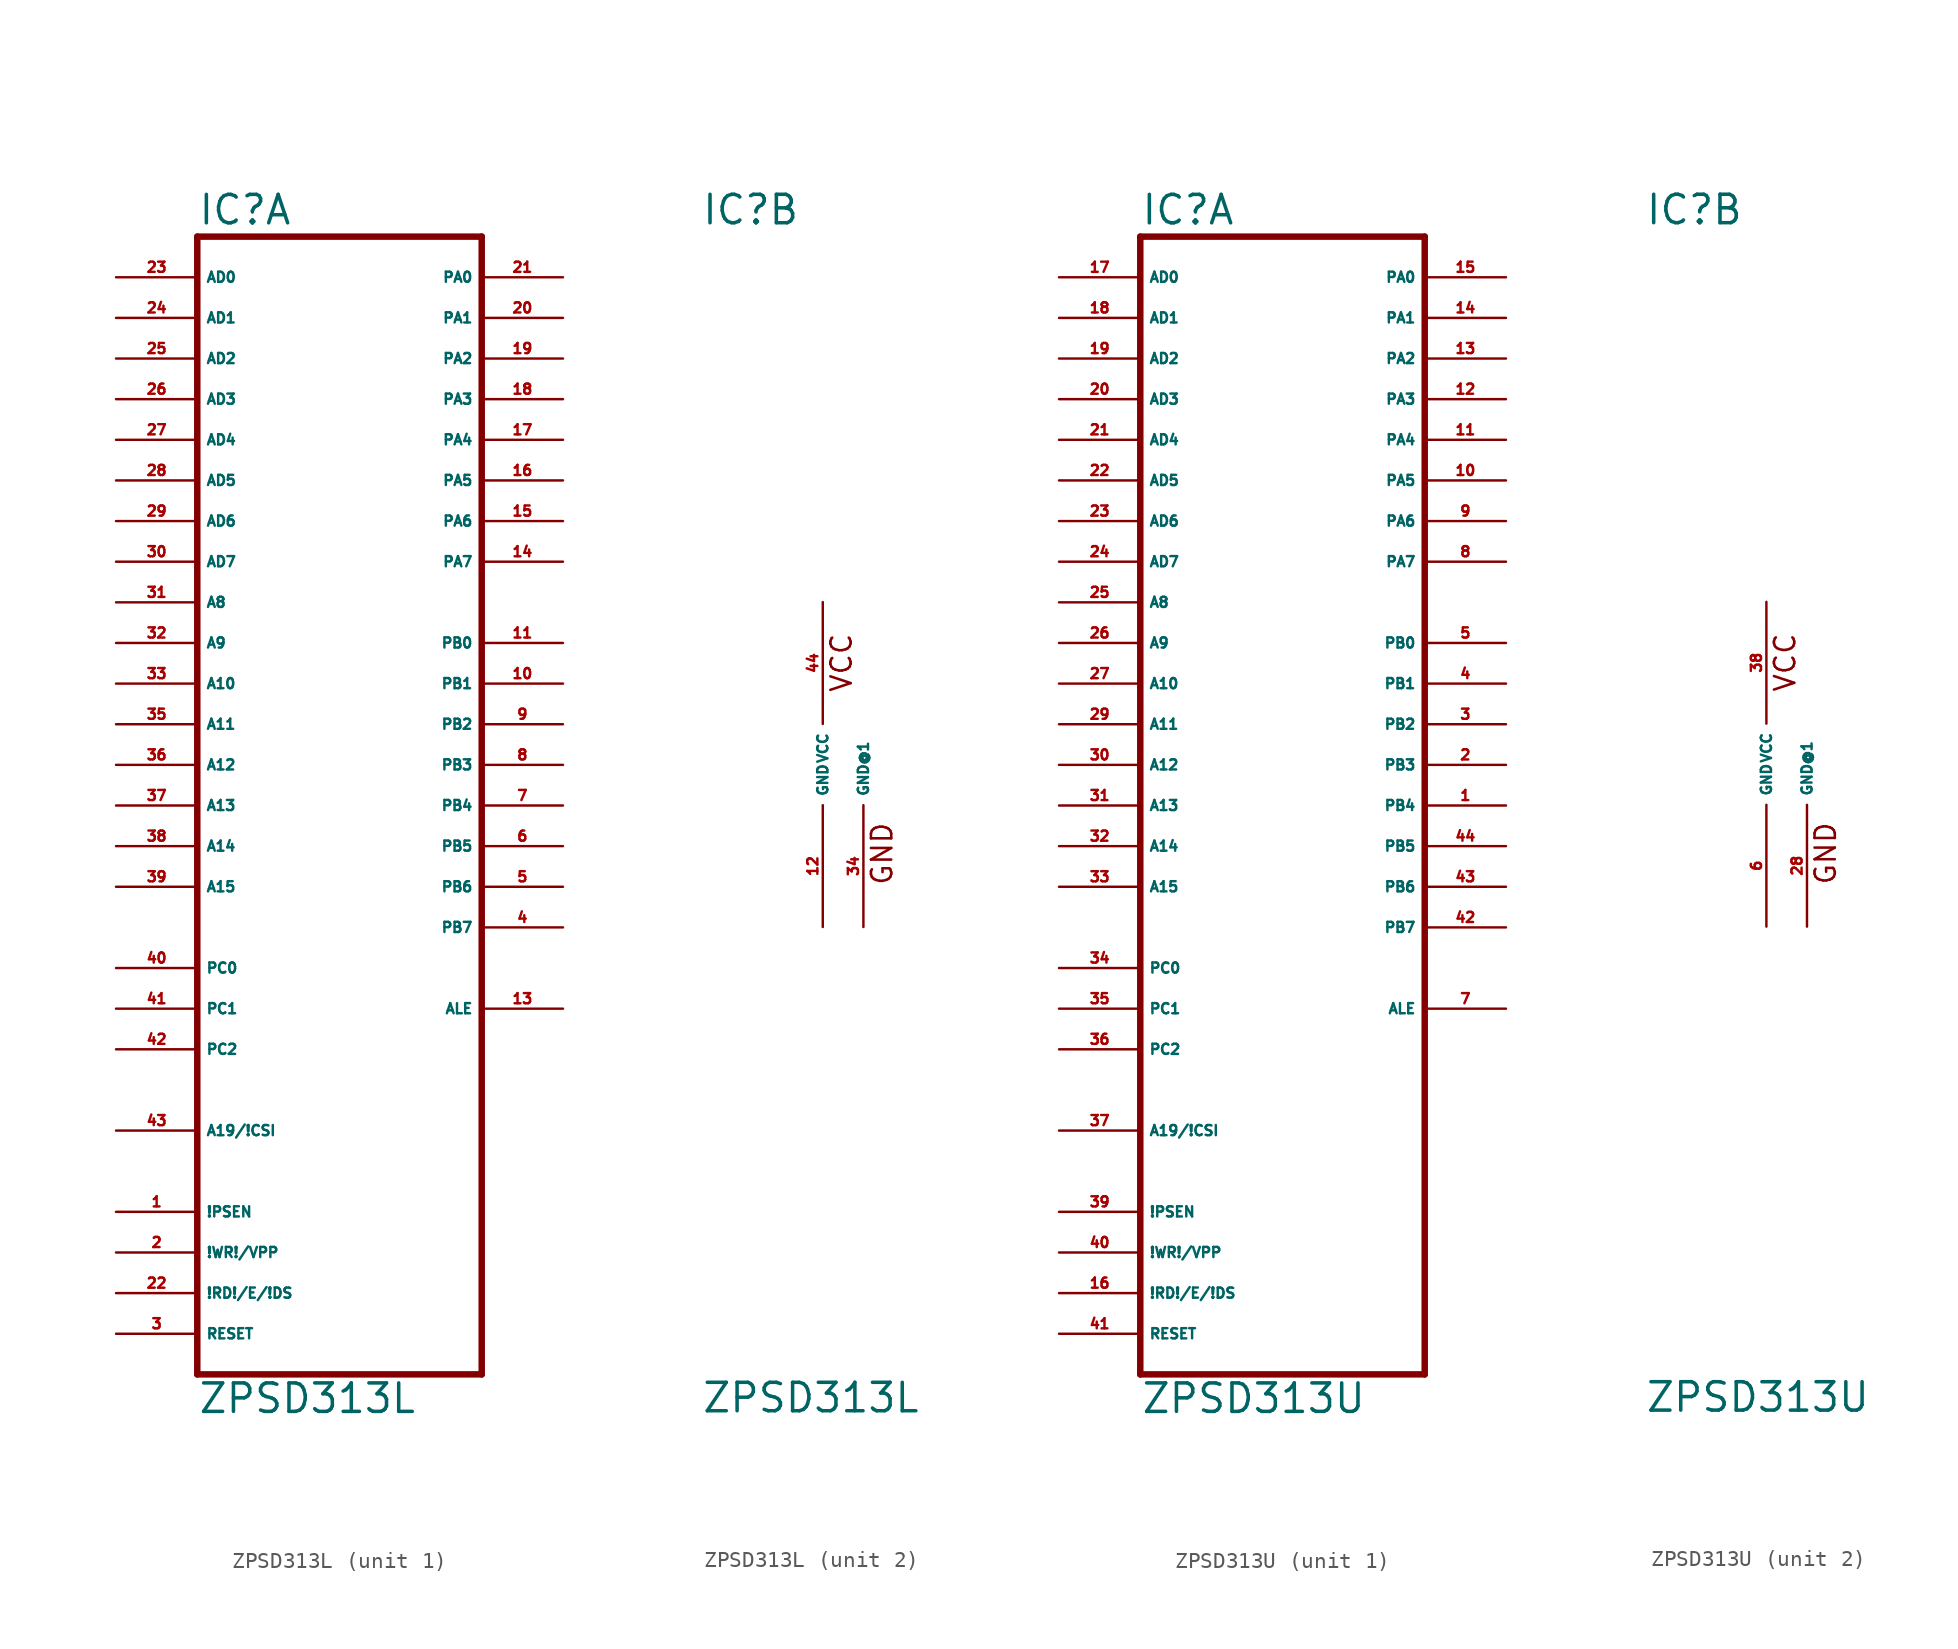
<source format=kicad_sym>
(kicad_symbol_lib
  (version 20220914)
  (generator Eagle2Kicad)
  (symbol "ZPSD313L"
    (property "Reference" "IC"
      (at -7.62 33.655 0)
      (effects (font (size 1.778 1.778) (thickness 0.22)) (justify left bottom)))
    (property "Value" "ZPSD313L"
      (at -7.62 -40.64 0)
      (effects (font (size 1.778 1.778) (thickness 0.22)) (justify left bottom)))
    (symbol "ZPSD313L_1_0"
      (polyline (pts (xy -7.62 -38.1) (xy 10.16 -38.1)) (stroke (width 0.406) (type default)) (fill (type none)))
      (polyline (pts (xy 10.16 -38.1) (xy 10.16 33.02)) (stroke (width 0.406) (type default)) (fill (type none)))
      (polyline (pts (xy 10.16 33.02) (xy -7.62 33.02)) (stroke (width 0.406) (type default)) (fill (type none)))
      (polyline (pts (xy -7.62 33.02) (xy -7.62 -38.1)) (stroke (width 0.406) (type default)) (fill (type none)))
      (pin input line (at -12.7 30.48 0) (length 5.08) (name "AD0" (effects (font (size 0.635 0.635) (thickness 0.08)) (justify left bottom))) (number "23" (effects (font (size 0.635 0.635) (thickness 0.08)) (justify left bottom))))
      (pin input line (at -12.7 27.94 0) (length 5.08) (name "AD1" (effects (font (size 0.635 0.635) (thickness 0.08)) (justify left bottom))) (number "24" (effects (font (size 0.635 0.635) (thickness 0.08)) (justify left bottom))))
      (pin input line (at -12.7 25.4 0) (length 5.08) (name "AD2" (effects (font (size 0.635 0.635) (thickness 0.08)) (justify left bottom))) (number "25" (effects (font (size 0.635 0.635) (thickness 0.08)) (justify left bottom))))
      (pin input line (at -12.7 22.86 0) (length 5.08) (name "AD3" (effects (font (size 0.635 0.635) (thickness 0.08)) (justify left bottom))) (number "26" (effects (font (size 0.635 0.635) (thickness 0.08)) (justify left bottom))))
      (pin input line (at -12.7 20.32 0) (length 5.08) (name "AD4" (effects (font (size 0.635 0.635) (thickness 0.08)) (justify left bottom))) (number "27" (effects (font (size 0.635 0.635) (thickness 0.08)) (justify left bottom))))
      (pin input line (at -12.7 17.78 0) (length 5.08) (name "AD5" (effects (font (size 0.635 0.635) (thickness 0.08)) (justify left bottom))) (number "28" (effects (font (size 0.635 0.635) (thickness 0.08)) (justify left bottom))))
      (pin input line (at -12.7 15.24 0) (length 5.08) (name "AD6" (effects (font (size 0.635 0.635) (thickness 0.08)) (justify left bottom))) (number "29" (effects (font (size 0.635 0.635) (thickness 0.08)) (justify left bottom))))
      (pin input line (at -12.7 12.7 0) (length 5.08) (name "AD7" (effects (font (size 0.635 0.635) (thickness 0.08)) (justify left bottom))) (number "30" (effects (font (size 0.635 0.635) (thickness 0.08)) (justify left bottom))))
      (pin input line (at -12.7 10.16 0) (length 5.08) (name "A8" (effects (font (size 0.635 0.635) (thickness 0.08)) (justify left bottom))) (number "31" (effects (font (size 0.635 0.635) (thickness 0.08)) (justify left bottom))))
      (pin input line (at -12.7 7.62 0) (length 5.08) (name "A9" (effects (font (size 0.635 0.635) (thickness 0.08)) (justify left bottom))) (number "32" (effects (font (size 0.635 0.635) (thickness 0.08)) (justify left bottom))))
      (pin input line (at -12.7 5.08 0) (length 5.08) (name "A10" (effects (font (size 0.635 0.635) (thickness 0.08)) (justify left bottom))) (number "33" (effects (font (size 0.635 0.635) (thickness 0.08)) (justify left bottom))))
      (pin input line (at -12.7 2.54 0) (length 5.08) (name "A11" (effects (font (size 0.635 0.635) (thickness 0.08)) (justify left bottom))) (number "35" (effects (font (size 0.635 0.635) (thickness 0.08)) (justify left bottom))))
      (pin input line (at -12.7 0 0) (length 5.08) (name "A12" (effects (font (size 0.635 0.635) (thickness 0.08)) (justify left bottom))) (number "36" (effects (font (size 0.635 0.635) (thickness 0.08)) (justify left bottom))))
      (pin input line (at -12.7 -2.54 0) (length 5.08) (name "A13" (effects (font (size 0.635 0.635) (thickness 0.08)) (justify left bottom))) (number "37" (effects (font (size 0.635 0.635) (thickness 0.08)) (justify left bottom))))
      (pin input line (at -12.7 -5.08 0) (length 5.08) (name "A14" (effects (font (size 0.635 0.635) (thickness 0.08)) (justify left bottom))) (number "38" (effects (font (size 0.635 0.635) (thickness 0.08)) (justify left bottom))))
      (pin input line (at -12.7 -7.62 0) (length 5.08) (name "A15" (effects (font (size 0.635 0.635) (thickness 0.08)) (justify left bottom))) (number "39" (effects (font (size 0.635 0.635) (thickness 0.08)) (justify left bottom))))
      (pin input line (at -12.7 -12.7 0) (length 5.08) (name "PC0" (effects (font (size 0.635 0.635) (thickness 0.08)) (justify left bottom))) (number "40" (effects (font (size 0.635 0.635) (thickness 0.08)) (justify left bottom))))
      (pin input line (at -12.7 -15.24 0) (length 5.08) (name "PC1" (effects (font (size 0.635 0.635) (thickness 0.08)) (justify left bottom))) (number "41" (effects (font (size 0.635 0.635) (thickness 0.08)) (justify left bottom))))
      (pin input line (at -12.7 -17.78 0) (length 5.08) (name "PC2" (effects (font (size 0.635 0.635) (thickness 0.08)) (justify left bottom))) (number "42" (effects (font (size 0.635 0.635) (thickness 0.08)) (justify left bottom))))
      (pin input line (at -12.7 -22.86 0) (length 5.08) (name "A19/!CSI" (effects (font (size 0.635 0.635) (thickness 0.08)) (justify left bottom))) (number "43" (effects (font (size 0.635 0.635) (thickness 0.08)) (justify left bottom))))
      (pin bidirectional line (at 15.24 30.48 180) (length 5.08) (name "PA0" (effects (font (size 0.635 0.635) (thickness 0.08)) (justify left bottom))) (number "21" (effects (font (size 0.635 0.635) (thickness 0.08)) (justify left bottom))))
      (pin bidirectional line (at 15.24 27.94 180) (length 5.08) (name "PA1" (effects (font (size 0.635 0.635) (thickness 0.08)) (justify left bottom))) (number "20" (effects (font (size 0.635 0.635) (thickness 0.08)) (justify left bottom))))
      (pin bidirectional line (at 15.24 25.4 180) (length 5.08) (name "PA2" (effects (font (size 0.635 0.635) (thickness 0.08)) (justify left bottom))) (number "19" (effects (font (size 0.635 0.635) (thickness 0.08)) (justify left bottom))))
      (pin bidirectional line (at 15.24 22.86 180) (length 5.08) (name "PA3" (effects (font (size 0.635 0.635) (thickness 0.08)) (justify left bottom))) (number "18" (effects (font (size 0.635 0.635) (thickness 0.08)) (justify left bottom))))
      (pin bidirectional line (at 15.24 20.32 180) (length 5.08) (name "PA4" (effects (font (size 0.635 0.635) (thickness 0.08)) (justify left bottom))) (number "17" (effects (font (size 0.635 0.635) (thickness 0.08)) (justify left bottom))))
      (pin bidirectional line (at 15.24 17.78 180) (length 5.08) (name "PA5" (effects (font (size 0.635 0.635) (thickness 0.08)) (justify left bottom))) (number "16" (effects (font (size 0.635 0.635) (thickness 0.08)) (justify left bottom))))
      (pin bidirectional line (at 15.24 15.24 180) (length 5.08) (name "PA6" (effects (font (size 0.635 0.635) (thickness 0.08)) (justify left bottom))) (number "15" (effects (font (size 0.635 0.635) (thickness 0.08)) (justify left bottom))))
      (pin bidirectional line (at 15.24 12.7 180) (length 5.08) (name "PA7" (effects (font (size 0.635 0.635) (thickness 0.08)) (justify left bottom))) (number "14" (effects (font (size 0.635 0.635) (thickness 0.08)) (justify left bottom))))
      (pin output line (at 15.24 7.62 180) (length 5.08) (name "PB0" (effects (font (size 0.635 0.635) (thickness 0.08)) (justify left bottom))) (number "11" (effects (font (size 0.635 0.635) (thickness 0.08)) (justify left bottom))))
      (pin output line (at 15.24 5.08 180) (length 5.08) (name "PB1" (effects (font (size 0.635 0.635) (thickness 0.08)) (justify left bottom))) (number "10" (effects (font (size 0.635 0.635) (thickness 0.08)) (justify left bottom))))
      (pin output line (at 15.24 2.54 180) (length 5.08) (name "PB2" (effects (font (size 0.635 0.635) (thickness 0.08)) (justify left bottom))) (number "9" (effects (font (size 0.635 0.635) (thickness 0.08)) (justify left bottom))))
      (pin output line (at 15.24 0 180) (length 5.08) (name "PB3" (effects (font (size 0.635 0.635) (thickness 0.08)) (justify left bottom))) (number "8" (effects (font (size 0.635 0.635) (thickness 0.08)) (justify left bottom))))
      (pin output line (at 15.24 -2.54 180) (length 5.08) (name "PB4" (effects (font (size 0.635 0.635) (thickness 0.08)) (justify left bottom))) (number "7" (effects (font (size 0.635 0.635) (thickness 0.08)) (justify left bottom))))
      (pin output line (at 15.24 -5.08 180) (length 5.08) (name "PB5" (effects (font (size 0.635 0.635) (thickness 0.08)) (justify left bottom))) (number "6" (effects (font (size 0.635 0.635) (thickness 0.08)) (justify left bottom))))
      (pin output line (at 15.24 -7.62 180) (length 5.08) (name "PB6" (effects (font (size 0.635 0.635) (thickness 0.08)) (justify left bottom))) (number "5" (effects (font (size 0.635 0.635) (thickness 0.08)) (justify left bottom))))
      (pin output line (at 15.24 -10.16 180) (length 5.08) (name "PB7" (effects (font (size 0.635 0.635) (thickness 0.08)) (justify left bottom))) (number "4" (effects (font (size 0.635 0.635) (thickness 0.08)) (justify left bottom))))
      (pin output line (at 15.24 -15.24 180) (length 5.08) (name "ALE" (effects (font (size 0.635 0.635) (thickness 0.08)) (justify left bottom))) (number "13" (effects (font (size 0.635 0.635) (thickness 0.08)) (justify left bottom))))
      (pin input line (at -12.7 -27.94 0) (length 5.08) (name "!PSEN" (effects (font (size 0.635 0.635) (thickness 0.08)) (justify left bottom))) (number "1" (effects (font (size 0.635 0.635) (thickness 0.08)) (justify left bottom))))
      (pin input line (at -12.7 -30.48 0) (length 5.08) (name "!WR!/VPP" (effects (font (size 0.635 0.635) (thickness 0.08)) (justify left bottom))) (number "2" (effects (font (size 0.635 0.635) (thickness 0.08)) (justify left bottom))))
      (pin input line (at -12.7 -33.02 0) (length 5.08) (name "!RD!/E/!DS" (effects (font (size 0.635 0.635) (thickness 0.08)) (justify left bottom))) (number "22" (effects (font (size 0.635 0.635) (thickness 0.08)) (justify left bottom))))
      (pin input line (at -12.7 -35.56 0) (length 5.08) (name "RESET" (effects (font (size 0.635 0.635) (thickness 0.08)) (justify left bottom))) (number "3" (effects (font (size 0.635 0.635) (thickness 0.08)) (justify left bottom)))))
    (symbol "ZPSD313L_2_0"
      (text "VCC" (at 1.905 4.445 900) (effects (font (size 1.27 1.27) (thickness 0.16)) (justify left bottom)))
      (text "GND" (at 4.445 -7.62 900) (effects (font (size 1.27 1.27) (thickness 0.16)) (justify left bottom)))
      (pin unspecified line (at 0 10.16 270) (length 7.62) (name "VCC" (effects (font (size 0.635 0.635) (thickness 0.08)) (justify left bottom))) (number "44" (effects (font (size 0.635 0.635) (thickness 0.08)) (justify left bottom))))
      (pin unspecified line (at 0 -10.16 90) (length 7.62) (name "GND" (effects (font (size 0.635 0.635) (thickness 0.08)) (justify left bottom))) (number "12" (effects (font (size 0.635 0.635) (thickness 0.08)) (justify left bottom))))
      (pin unspecified line (at 2.54 -10.16 90) (length 7.62) (name "GND@1" (effects (font (size 0.635 0.635) (thickness 0.08)) (justify left bottom))) (number "34" (effects (font (size 0.635 0.635) (thickness 0.08)) (justify left bottom))))))
  (symbol "ZPSD313U"
    (property "Reference" "IC"
      (at -7.62 33.655 0)
      (effects (font (size 1.778 1.778) (thickness 0.22)) (justify left bottom)))
    (property "Value" "ZPSD313U"
      (at -7.62 -40.64 0)
      (effects (font (size 1.778 1.778) (thickness 0.22)) (justify left bottom)))
    (symbol "ZPSD313U_1_0"
      (polyline (pts (xy -7.62 -38.1) (xy 10.16 -38.1)) (stroke (width 0.406) (type default)) (fill (type none)))
      (polyline (pts (xy 10.16 -38.1) (xy 10.16 33.02)) (stroke (width 0.406) (type default)) (fill (type none)))
      (polyline (pts (xy 10.16 33.02) (xy -7.62 33.02)) (stroke (width 0.406) (type default)) (fill (type none)))
      (polyline (pts (xy -7.62 33.02) (xy -7.62 -38.1)) (stroke (width 0.406) (type default)) (fill (type none)))
      (pin input line (at -12.7 30.48 0) (length 5.08) (name "AD0" (effects (font (size 0.635 0.635) (thickness 0.08)) (justify left bottom))) (number "17" (effects (font (size 0.635 0.635) (thickness 0.08)) (justify left bottom))))
      (pin input line (at -12.7 27.94 0) (length 5.08) (name "AD1" (effects (font (size 0.635 0.635) (thickness 0.08)) (justify left bottom))) (number "18" (effects (font (size 0.635 0.635) (thickness 0.08)) (justify left bottom))))
      (pin input line (at -12.7 25.4 0) (length 5.08) (name "AD2" (effects (font (size 0.635 0.635) (thickness 0.08)) (justify left bottom))) (number "19" (effects (font (size 0.635 0.635) (thickness 0.08)) (justify left bottom))))
      (pin input line (at -12.7 22.86 0) (length 5.08) (name "AD3" (effects (font (size 0.635 0.635) (thickness 0.08)) (justify left bottom))) (number "20" (effects (font (size 0.635 0.635) (thickness 0.08)) (justify left bottom))))
      (pin input line (at -12.7 20.32 0) (length 5.08) (name "AD4" (effects (font (size 0.635 0.635) (thickness 0.08)) (justify left bottom))) (number "21" (effects (font (size 0.635 0.635) (thickness 0.08)) (justify left bottom))))
      (pin input line (at -12.7 17.78 0) (length 5.08) (name "AD5" (effects (font (size 0.635 0.635) (thickness 0.08)) (justify left bottom))) (number "22" (effects (font (size 0.635 0.635) (thickness 0.08)) (justify left bottom))))
      (pin input line (at -12.7 15.24 0) (length 5.08) (name "AD6" (effects (font (size 0.635 0.635) (thickness 0.08)) (justify left bottom))) (number "23" (effects (font (size 0.635 0.635) (thickness 0.08)) (justify left bottom))))
      (pin input line (at -12.7 12.7 0) (length 5.08) (name "AD7" (effects (font (size 0.635 0.635) (thickness 0.08)) (justify left bottom))) (number "24" (effects (font (size 0.635 0.635) (thickness 0.08)) (justify left bottom))))
      (pin input line (at -12.7 10.16 0) (length 5.08) (name "A8" (effects (font (size 0.635 0.635) (thickness 0.08)) (justify left bottom))) (number "25" (effects (font (size 0.635 0.635) (thickness 0.08)) (justify left bottom))))
      (pin input line (at -12.7 7.62 0) (length 5.08) (name "A9" (effects (font (size 0.635 0.635) (thickness 0.08)) (justify left bottom))) (number "26" (effects (font (size 0.635 0.635) (thickness 0.08)) (justify left bottom))))
      (pin input line (at -12.7 5.08 0) (length 5.08) (name "A10" (effects (font (size 0.635 0.635) (thickness 0.08)) (justify left bottom))) (number "27" (effects (font (size 0.635 0.635) (thickness 0.08)) (justify left bottom))))
      (pin input line (at -12.7 2.54 0) (length 5.08) (name "A11" (effects (font (size 0.635 0.635) (thickness 0.08)) (justify left bottom))) (number "29" (effects (font (size 0.635 0.635) (thickness 0.08)) (justify left bottom))))
      (pin input line (at -12.7 0 0) (length 5.08) (name "A12" (effects (font (size 0.635 0.635) (thickness 0.08)) (justify left bottom))) (number "30" (effects (font (size 0.635 0.635) (thickness 0.08)) (justify left bottom))))
      (pin input line (at -12.7 -2.54 0) (length 5.08) (name "A13" (effects (font (size 0.635 0.635) (thickness 0.08)) (justify left bottom))) (number "31" (effects (font (size 0.635 0.635) (thickness 0.08)) (justify left bottom))))
      (pin input line (at -12.7 -5.08 0) (length 5.08) (name "A14" (effects (font (size 0.635 0.635) (thickness 0.08)) (justify left bottom))) (number "32" (effects (font (size 0.635 0.635) (thickness 0.08)) (justify left bottom))))
      (pin input line (at -12.7 -7.62 0) (length 5.08) (name "A15" (effects (font (size 0.635 0.635) (thickness 0.08)) (justify left bottom))) (number "33" (effects (font (size 0.635 0.635) (thickness 0.08)) (justify left bottom))))
      (pin input line (at -12.7 -12.7 0) (length 5.08) (name "PC0" (effects (font (size 0.635 0.635) (thickness 0.08)) (justify left bottom))) (number "34" (effects (font (size 0.635 0.635) (thickness 0.08)) (justify left bottom))))
      (pin input line (at -12.7 -15.24 0) (length 5.08) (name "PC1" (effects (font (size 0.635 0.635) (thickness 0.08)) (justify left bottom))) (number "35" (effects (font (size 0.635 0.635) (thickness 0.08)) (justify left bottom))))
      (pin input line (at -12.7 -17.78 0) (length 5.08) (name "PC2" (effects (font (size 0.635 0.635) (thickness 0.08)) (justify left bottom))) (number "36" (effects (font (size 0.635 0.635) (thickness 0.08)) (justify left bottom))))
      (pin input line (at -12.7 -22.86 0) (length 5.08) (name "A19/!CSI" (effects (font (size 0.635 0.635) (thickness 0.08)) (justify left bottom))) (number "37" (effects (font (size 0.635 0.635) (thickness 0.08)) (justify left bottom))))
      (pin bidirectional line (at 15.24 30.48 180) (length 5.08) (name "PA0" (effects (font (size 0.635 0.635) (thickness 0.08)) (justify left bottom))) (number "15" (effects (font (size 0.635 0.635) (thickness 0.08)) (justify left bottom))))
      (pin bidirectional line (at 15.24 27.94 180) (length 5.08) (name "PA1" (effects (font (size 0.635 0.635) (thickness 0.08)) (justify left bottom))) (number "14" (effects (font (size 0.635 0.635) (thickness 0.08)) (justify left bottom))))
      (pin bidirectional line (at 15.24 25.4 180) (length 5.08) (name "PA2" (effects (font (size 0.635 0.635) (thickness 0.08)) (justify left bottom))) (number "13" (effects (font (size 0.635 0.635) (thickness 0.08)) (justify left bottom))))
      (pin bidirectional line (at 15.24 22.86 180) (length 5.08) (name "PA3" (effects (font (size 0.635 0.635) (thickness 0.08)) (justify left bottom))) (number "12" (effects (font (size 0.635 0.635) (thickness 0.08)) (justify left bottom))))
      (pin bidirectional line (at 15.24 20.32 180) (length 5.08) (name "PA4" (effects (font (size 0.635 0.635) (thickness 0.08)) (justify left bottom))) (number "11" (effects (font (size 0.635 0.635) (thickness 0.08)) (justify left bottom))))
      (pin bidirectional line (at 15.24 17.78 180) (length 5.08) (name "PA5" (effects (font (size 0.635 0.635) (thickness 0.08)) (justify left bottom))) (number "10" (effects (font (size 0.635 0.635) (thickness 0.08)) (justify left bottom))))
      (pin bidirectional line (at 15.24 15.24 180) (length 5.08) (name "PA6" (effects (font (size 0.635 0.635) (thickness 0.08)) (justify left bottom))) (number "9" (effects (font (size 0.635 0.635) (thickness 0.08)) (justify left bottom))))
      (pin bidirectional line (at 15.24 12.7 180) (length 5.08) (name "PA7" (effects (font (size 0.635 0.635) (thickness 0.08)) (justify left bottom))) (number "8" (effects (font (size 0.635 0.635) (thickness 0.08)) (justify left bottom))))
      (pin output line (at 15.24 7.62 180) (length 5.08) (name "PB0" (effects (font (size 0.635 0.635) (thickness 0.08)) (justify left bottom))) (number "5" (effects (font (size 0.635 0.635) (thickness 0.08)) (justify left bottom))))
      (pin output line (at 15.24 5.08 180) (length 5.08) (name "PB1" (effects (font (size 0.635 0.635) (thickness 0.08)) (justify left bottom))) (number "4" (effects (font (size 0.635 0.635) (thickness 0.08)) (justify left bottom))))
      (pin output line (at 15.24 2.54 180) (length 5.08) (name "PB2" (effects (font (size 0.635 0.635) (thickness 0.08)) (justify left bottom))) (number "3" (effects (font (size 0.635 0.635) (thickness 0.08)) (justify left bottom))))
      (pin output line (at 15.24 0 180) (length 5.08) (name "PB3" (effects (font (size 0.635 0.635) (thickness 0.08)) (justify left bottom))) (number "2" (effects (font (size 0.635 0.635) (thickness 0.08)) (justify left bottom))))
      (pin output line (at 15.24 -2.54 180) (length 5.08) (name "PB4" (effects (font (size 0.635 0.635) (thickness 0.08)) (justify left bottom))) (number "1" (effects (font (size 0.635 0.635) (thickness 0.08)) (justify left bottom))))
      (pin output line (at 15.24 -5.08 180) (length 5.08) (name "PB5" (effects (font (size 0.635 0.635) (thickness 0.08)) (justify left bottom))) (number "44" (effects (font (size 0.635 0.635) (thickness 0.08)) (justify left bottom))))
      (pin output line (at 15.24 -7.62 180) (length 5.08) (name "PB6" (effects (font (size 0.635 0.635) (thickness 0.08)) (justify left bottom))) (number "43" (effects (font (size 0.635 0.635) (thickness 0.08)) (justify left bottom))))
      (pin output line (at 15.24 -10.16 180) (length 5.08) (name "PB7" (effects (font (size 0.635 0.635) (thickness 0.08)) (justify left bottom))) (number "42" (effects (font (size 0.635 0.635) (thickness 0.08)) (justify left bottom))))
      (pin output line (at 15.24 -15.24 180) (length 5.08) (name "ALE" (effects (font (size 0.635 0.635) (thickness 0.08)) (justify left bottom))) (number "7" (effects (font (size 0.635 0.635) (thickness 0.08)) (justify left bottom))))
      (pin input line (at -12.7 -27.94 0) (length 5.08) (name "!PSEN" (effects (font (size 0.635 0.635) (thickness 0.08)) (justify left bottom))) (number "39" (effects (font (size 0.635 0.635) (thickness 0.08)) (justify left bottom))))
      (pin input line (at -12.7 -30.48 0) (length 5.08) (name "!WR!/VPP" (effects (font (size 0.635 0.635) (thickness 0.08)) (justify left bottom))) (number "40" (effects (font (size 0.635 0.635) (thickness 0.08)) (justify left bottom))))
      (pin input line (at -12.7 -33.02 0) (length 5.08) (name "!RD!/E/!DS" (effects (font (size 0.635 0.635) (thickness 0.08)) (justify left bottom))) (number "16" (effects (font (size 0.635 0.635) (thickness 0.08)) (justify left bottom))))
      (pin input line (at -12.7 -35.56 0) (length 5.08) (name "RESET" (effects (font (size 0.635 0.635) (thickness 0.08)) (justify left bottom))) (number "41" (effects (font (size 0.635 0.635) (thickness 0.08)) (justify left bottom)))))
    (symbol "ZPSD313U_2_0"
      (text "VCC" (at 1.905 4.445 900) (effects (font (size 1.27 1.27) (thickness 0.16)) (justify left bottom)))
      (text "GND" (at 4.445 -7.62 900) (effects (font (size 1.27 1.27) (thickness 0.16)) (justify left bottom)))
      (pin unspecified line (at 0 10.16 270) (length 7.62) (name "VCC" (effects (font (size 0.635 0.635) (thickness 0.08)) (justify left bottom))) (number "38" (effects (font (size 0.635 0.635) (thickness 0.08)) (justify left bottom))))
      (pin unspecified line (at 0 -10.16 90) (length 7.62) (name "GND" (effects (font (size 0.635 0.635) (thickness 0.08)) (justify left bottom))) (number "6" (effects (font (size 0.635 0.635) (thickness 0.08)) (justify left bottom))))
      (pin unspecified line (at 2.54 -10.16 90) (length 7.62) (name "GND@1" (effects (font (size 0.635 0.635) (thickness 0.08)) (justify left bottom))) (number "28" (effects (font (size 0.635 0.635) (thickness 0.08)) (justify left bottom)))))))
</source>
